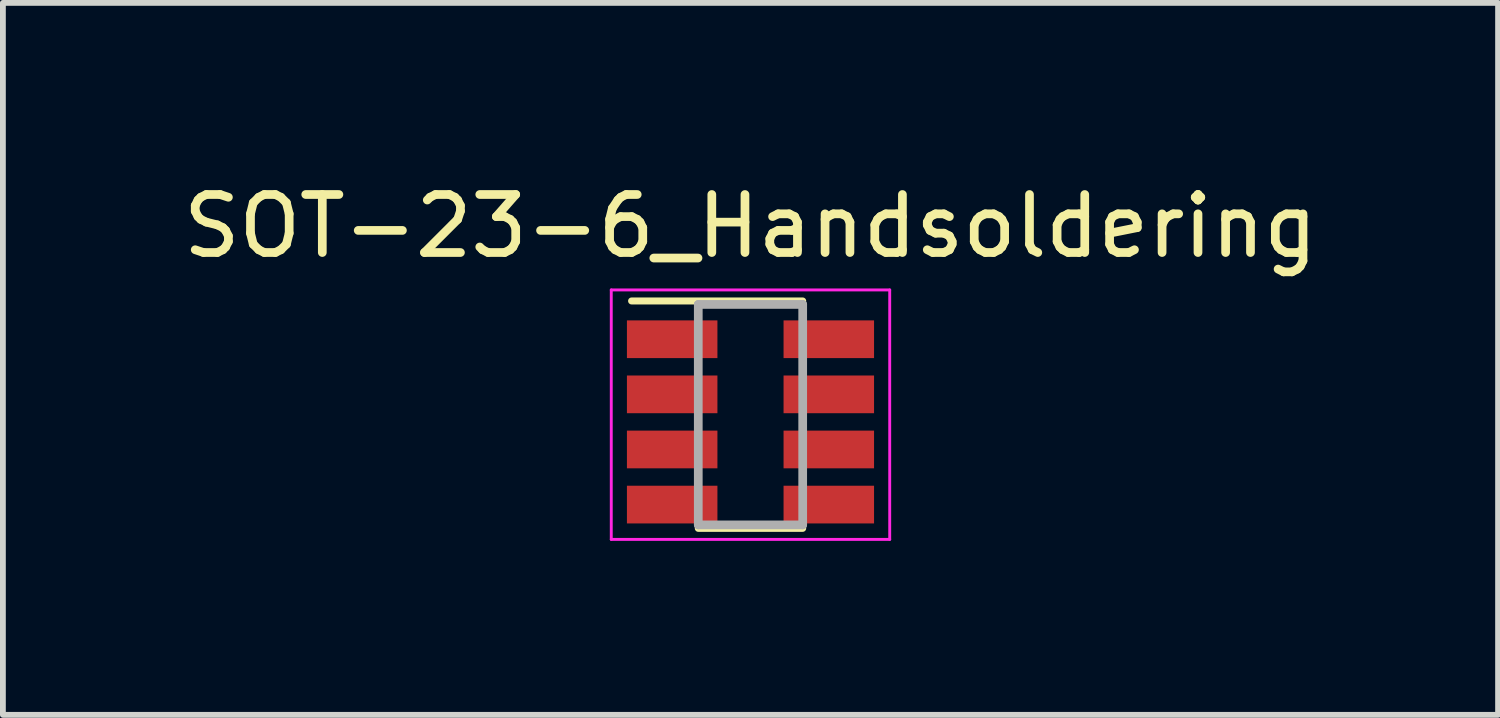
<source format=kicad_pcb>
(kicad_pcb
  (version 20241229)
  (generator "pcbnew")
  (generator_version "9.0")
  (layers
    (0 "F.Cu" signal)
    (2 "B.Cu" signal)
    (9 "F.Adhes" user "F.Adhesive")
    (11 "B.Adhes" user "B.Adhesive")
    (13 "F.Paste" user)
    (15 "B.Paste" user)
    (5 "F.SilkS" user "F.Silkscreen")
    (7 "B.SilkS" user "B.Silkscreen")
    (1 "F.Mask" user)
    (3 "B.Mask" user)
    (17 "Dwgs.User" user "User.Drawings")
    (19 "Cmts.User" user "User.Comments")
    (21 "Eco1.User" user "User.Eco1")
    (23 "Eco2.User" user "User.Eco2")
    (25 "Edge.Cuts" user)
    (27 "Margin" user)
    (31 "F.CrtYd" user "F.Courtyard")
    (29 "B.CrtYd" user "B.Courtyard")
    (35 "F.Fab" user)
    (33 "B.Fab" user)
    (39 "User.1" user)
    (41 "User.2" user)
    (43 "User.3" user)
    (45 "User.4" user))
  (footprint "SOT-23-6_Handsoldering"
    (layer "F.Cu")
    (at 9.887 3.748)
    (property "Reference" "SOT-23-6_Handsoldering" (at 0 -2.9 0) (layer "F.SilkS") (effects (font (size 1 1) (thickness 0.15))))
    (attr smd)
    (fp_line (start -0.9 2.31) (end 0.9 2.31) (stroke (width 0.12) (type solid)) (layer "F.SilkS"))
    (fp_line (start 0.9 -1.61) (end -2.05 -1.61) (stroke (width 0.12) (type solid)) (layer "F.SilkS"))
    (fp_line (start -2.4 -1.8) (end 2.4 -1.8) (stroke (width 0.05) (type solid)) (layer "F.CrtYd"))
    (fp_line (start -2.4 2.5) (end -2.4 -1.8) (stroke (width 0.05) (type solid)) (layer "F.CrtYd"))
    (fp_line (start 2.4 2.5) (end -2.4 2.5) (stroke (width 0.05) (type solid)) (layer "F.CrtYd"))
    (fp_line (start 2.4 2.5) (end 2.4 -1.8) (stroke (width 0.05) (type solid)) (layer "F.CrtYd"))
    (fp_line (start -0.9 -1.55) (end -0.9 2.25) (stroke (width 0.15) (type solid)) (layer "F.Fab"))
    (fp_line (start 0.9 -1.55) (end -0.9 -1.55) (stroke (width 0.15) (type solid)) (layer "F.Fab"))
    (fp_line (start 0.9 -1.55) (end 0.9 2.25) (stroke (width 0.15) (type solid)) (layer "F.Fab"))
    (fp_line (start 0.9 2.25) (end -0.9 2.25) (stroke (width 0.15) (type solid)) (layer "F.Fab"))
    (pad "1" smd rect (at -1.35 -0.95) (size 1.56 0.65) (layers "F.Cu" "F.Mask" "F.Paste"))
    (pad "2" smd rect (at -1.35 0) (size 1.56 0.65) (layers "F.Cu" "F.Mask" "F.Paste"))
    (pad "3" smd rect (at -1.35 0.95) (size 1.56 0.65) (layers "F.Cu" "F.Mask" "F.Paste"))
    (pad "4" smd rect (at -1.35 1.9) (size 1.56 0.65) (layers "F.Cu" "F.Mask" "F.Paste"))
    (pad "5" smd rect (at 1.35 1.9) (size 1.56 0.65) (layers "F.Cu" "F.Mask" "F.Paste"))
    (pad "6" smd rect (at 1.35 0.95) (size 1.56 0.65) (layers "F.Cu" "F.Mask" "F.Paste"))
    (pad "7" smd rect (at 1.35 0) (size 1.56 0.65) (layers "F.Cu" "F.Mask" "F.Paste"))
    (pad "8" smd rect (at 1.35 -0.95) (size 1.56 0.65) (layers "F.Cu" "F.Mask" "F.Paste")))
  (gr_rect
    (start -3 -3)
    (end 22.774 9.273)
    (stroke (width 0.1) (type default))
    (fill no)
    (layer "Edge.Cuts")))
</source>
